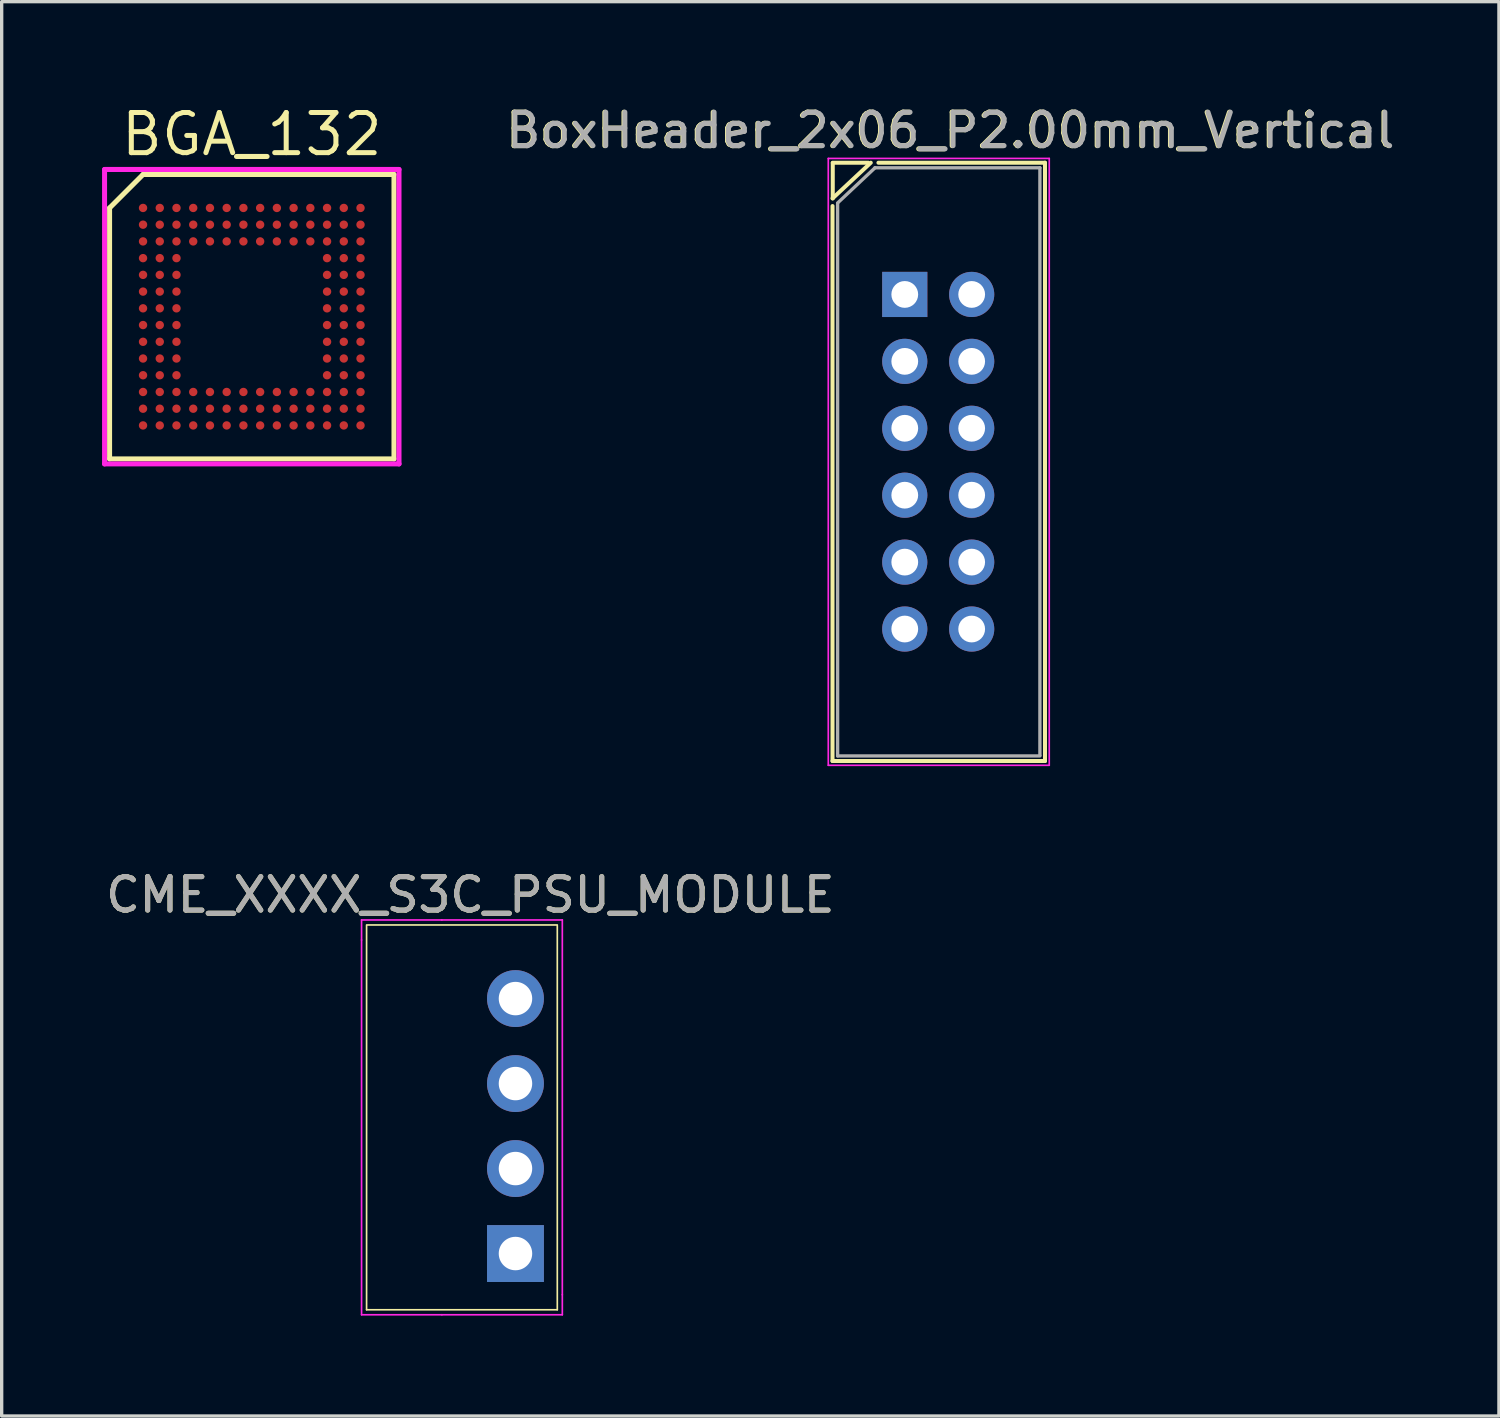
<source format=kicad_pcb>
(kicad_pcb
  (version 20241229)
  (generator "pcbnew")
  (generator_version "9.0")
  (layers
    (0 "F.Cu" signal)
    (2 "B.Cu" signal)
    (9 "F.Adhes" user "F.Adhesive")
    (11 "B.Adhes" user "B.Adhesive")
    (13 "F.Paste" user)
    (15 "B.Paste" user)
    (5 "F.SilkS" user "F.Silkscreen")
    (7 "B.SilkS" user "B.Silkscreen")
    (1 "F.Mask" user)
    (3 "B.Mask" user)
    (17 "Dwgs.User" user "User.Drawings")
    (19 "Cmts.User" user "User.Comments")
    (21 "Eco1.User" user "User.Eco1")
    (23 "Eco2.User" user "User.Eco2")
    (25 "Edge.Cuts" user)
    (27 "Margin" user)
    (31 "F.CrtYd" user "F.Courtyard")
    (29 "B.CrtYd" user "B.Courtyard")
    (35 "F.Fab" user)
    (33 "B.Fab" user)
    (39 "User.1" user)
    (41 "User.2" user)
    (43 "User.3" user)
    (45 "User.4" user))
  (footprint "BoxHeader_2x06_P2.00mm_Vertical"
    (layer "F.Cu")
    (at 23.991 5.75)
    (property "Reference" "BoxHeader_2x06_P2.00mm_Vertical" (at 1.346 -4.902 0) (layer "F.SilkS") (effects (font (size 1 1) (thickness 0.15))))
    (attr through_hole)
    (fp_line (start -2.159 -2.87) (end -1.016 -3.937) (stroke (width 0.12) (type solid)) (layer "F.SilkS"))
    (fp_line (start -2.159 -2.642) (end -2.159 13.945) (stroke (width 0.12) (type solid)) (layer "F.SilkS"))
    (fp_line (start -2.159 13.945) (end 4.191 13.945) (stroke (width 0.12) (type solid)) (layer "F.SilkS"))
    (fp_line (start -2.152 -3.937) (end -1.092 -3.937) (stroke (width 0.12) (type solid)) (layer "F.SilkS"))
    (fp_line (start -2.152 -2.87) (end -2.152 -3.93) (stroke (width 0.12) (type solid)) (layer "F.SilkS"))
    (fp_line (start -0.787 -3.937) (end 4.191 -3.937) (stroke (width 0.12) (type solid)) (layer "F.SilkS"))
    (fp_line (start 4.191 -3.937) (end 4.191 13.945) (stroke (width 0.12) (type solid)) (layer "F.SilkS"))
    (fp_line (start -2.286 -4.064) (end -2.286 14.072) (stroke (width 0.05) (type solid)) (layer "F.CrtYd"))
    (fp_line (start -2.286 14.072) (end 4.318 14.072) (stroke (width 0.05) (type solid)) (layer "F.CrtYd"))
    (fp_line (start 4.318 -4.064) (end -2.286 -4.064) (stroke (width 0.05) (type solid)) (layer "F.CrtYd"))
    (fp_line (start 4.318 14.072) (end 4.318 -4.064) (stroke (width 0.05) (type solid)) (layer "F.CrtYd"))
    (fp_line (start -2.007 -2.734) (end -0.889 -3.785) (stroke (width 0.1) (type solid)) (layer "F.Fab"))
    (fp_line (start -2.007 13.792) (end -2.007 -2.718) (stroke (width 0.1) (type solid)) (layer "F.Fab"))
    (fp_line (start -0.892 -3.785) (end 4.039 -3.785) (stroke (width 0.1) (type solid)) (layer "F.Fab"))
    (fp_line (start 4.039 -3.785) (end 4.039 13.767) (stroke (width 0.1) (type solid)) (layer "F.Fab"))
    (fp_line (start 4.039 13.792) (end -2.007 13.792) (stroke (width 0.1) (type solid)) (layer "F.Fab"))
    (fp_text user "${REFERENCE}" (at 1.372 -4.902 180) (layer "F.Fab") (effects (font (size 1 1) (thickness 0.15))))
    (pad "1" thru_hole rect (at 0 0) (size 1.35 1.35) (drill 0.8) (layers "*.Cu" "*.Mask"))
    (pad "2" thru_hole oval (at 2 0) (size 1.35 1.35) (drill 0.8) (layers "*.Cu" "*.Mask"))
    (pad "3" thru_hole oval (at 0 2) (size 1.35 1.35) (drill 0.8) (layers "*.Cu" "*.Mask"))
    (pad "4" thru_hole oval (at 2 2) (size 1.35 1.35) (drill 0.8) (layers "*.Cu" "*.Mask"))
    (pad "5" thru_hole oval (at 0 4) (size 1.35 1.35) (drill 0.8) (layers "*.Cu" "*.Mask"))
    (pad "6" thru_hole oval (at 2 4) (size 1.35 1.35) (drill 0.8) (layers "*.Cu" "*.Mask"))
    (pad "7" thru_hole oval (at 0 6) (size 1.35 1.35) (drill 0.8) (layers "*.Cu" "*.Mask"))
    (pad "8" thru_hole oval (at 2 6) (size 1.35 1.35) (drill 0.8) (layers "*.Cu" "*.Mask"))
    (pad "9" thru_hole oval (at 0 8) (size 1.35 1.35) (drill 0.8) (layers "*.Cu" "*.Mask"))
    (pad "10" thru_hole oval (at 2 8) (size 1.35 1.35) (drill 0.8) (layers "*.Cu" "*.Mask"))
    (pad "11" thru_hole oval (at 0 10) (size 1.35 1.35) (drill 0.8) (layers "*.Cu" "*.Mask"))
    (pad "12" thru_hole oval (at 2 10) (size 1.35 1.35) (drill 0.8) (layers "*.Cu" "*.Mask")))
  (footprint "BGA_132"
    (layer "F.Cu")
    (at 4.475 6.415)
    (property "Reference" "BGA_132" (at 0 -5.45 0) (layer "F.SilkS") (effects (font (size 1.2 1.2) (thickness 0.15))))
    (attr through_hole)
    (fp_line (start -4.25 -3.25) (end -4.25 4.25) (stroke (width 0.15) (type solid)) (layer "F.SilkS"))
    (fp_line (start -4.25 4.25) (end 4.25 4.25) (stroke (width 0.15) (type solid)) (layer "F.SilkS"))
    (fp_line (start -3.25 -4.25) (end -4.25 -3.25) (stroke (width 0.15) (type solid)) (layer "F.SilkS"))
    (fp_line (start 4.25 -4.25) (end -3.25 -4.25) (stroke (width 0.15) (type solid)) (layer "F.SilkS"))
    (fp_line (start 4.25 4.25) (end 4.25 -4.25) (stroke (width 0.15) (type solid)) (layer "F.SilkS"))
    (fp_line (start -4.4 -4.4) (end 4.4 -4.4) (stroke (width 0.15) (type solid)) (layer "F.CrtYd"))
    (fp_line (start -4.4 4.4) (end -4.4 -4.4) (stroke (width 0.15) (type solid)) (layer "F.CrtYd"))
    (fp_line (start 4.4 -4.4) (end 4.4 4.4) (stroke (width 0.15) (type solid)) (layer "F.CrtYd"))
    (fp_line (start 4.4 4.4) (end -4.4 4.4) (stroke (width 0.15) (type solid)) (layer "F.CrtYd"))
    (pad "A1" smd circle (at -3.25 -3.25) (size 0.25 0.25) (layers "F.Cu" "F.Mask" "F.Paste"))
    (pad "A2" smd circle (at -2.75 -3.25) (size 0.25 0.25) (layers "F.Cu" "F.Mask" "F.Paste"))
    (pad "A3" smd circle (at -2.25 -3.25) (size 0.25 0.25) (layers "F.Cu" "F.Mask" "F.Paste"))
    (pad "A4" smd circle (at -1.75 -3.25) (size 0.25 0.25) (layers "F.Cu" "F.Mask" "F.Paste"))
    (pad "A5" smd circle (at -1.25 -3.25) (size 0.25 0.25) (layers "F.Cu" "F.Mask" "F.Paste"))
    (pad "A6" smd circle (at -0.75 -3.25) (size 0.25 0.25) (layers "F.Cu" "F.Mask" "F.Paste"))
    (pad "A7" smd circle (at -0.25 -3.25) (size 0.25 0.25) (layers "F.Cu" "F.Mask" "F.Paste"))
    (pad "A8" smd circle (at 0.25 -3.25) (size 0.25 0.25) (layers "F.Cu" "F.Mask" "F.Paste"))
    (pad "A9" smd circle (at 0.75 -3.25) (size 0.25 0.25) (layers "F.Cu" "F.Mask" "F.Paste"))
    (pad "A10" smd circle (at 1.25 -3.25) (size 0.25 0.25) (layers "F.Cu" "F.Mask" "F.Paste"))
    (pad "A11" smd circle (at 1.75 -3.25) (size 0.25 0.25) (layers "F.Cu" "F.Mask" "F.Paste"))
    (pad "A12" smd circle (at 2.25 -3.25) (size 0.25 0.25) (layers "F.Cu" "F.Mask" "F.Paste"))
    (pad "A13" smd circle (at 2.75 -3.25) (size 0.25 0.25) (layers "F.Cu" "F.Mask" "F.Paste"))
    (pad "A14" smd circle (at 3.25 -3.25) (size 0.25 0.25) (layers "F.Cu" "F.Mask" "F.Paste"))
    (pad "B1" smd circle (at -3.25 -2.75) (size 0.25 0.25) (layers "F.Cu" "F.Mask" "F.Paste"))
    (pad "B2" smd circle (at -2.75 -2.75) (size 0.25 0.25) (layers "F.Cu" "F.Mask" "F.Paste"))
    (pad "B3" smd circle (at -2.25 -2.75) (size 0.25 0.25) (layers "F.Cu" "F.Mask" "F.Paste"))
    (pad "B4" smd circle (at -1.75 -2.75) (size 0.25 0.25) (layers "F.Cu" "F.Mask" "F.Paste"))
    (pad "B5" smd circle (at -1.25 -2.75) (size 0.25 0.25) (layers "F.Cu" "F.Mask" "F.Paste"))
    (pad "B6" smd circle (at -0.75 -2.75) (size 0.25 0.25) (layers "F.Cu" "F.Mask" "F.Paste"))
    (pad "B7" smd circle (at -0.25 -2.75) (size 0.25 0.25) (layers "F.Cu" "F.Mask" "F.Paste"))
    (pad "B8" smd circle (at 0.25 -2.75) (size 0.25 0.25) (layers "F.Cu" "F.Mask" "F.Paste"))
    (pad "B9" smd circle (at 0.75 -2.75) (size 0.25 0.25) (layers "F.Cu" "F.Mask" "F.Paste"))
    (pad "B10" smd circle (at 1.25 -2.75) (size 0.25 0.25) (layers "F.Cu" "F.Mask" "F.Paste"))
    (pad "B11" smd circle (at 1.75 -2.75) (size 0.25 0.25) (layers "F.Cu" "F.Mask" "F.Paste"))
    (pad "B12" smd circle (at 2.25 -2.75) (size 0.25 0.25) (layers "F.Cu" "F.Mask" "F.Paste"))
    (pad "B13" smd circle (at 2.75 -2.75) (size 0.25 0.25) (layers "F.Cu" "F.Mask" "F.Paste"))
    (pad "B14" smd circle (at 3.25 -2.75) (size 0.25 0.25) (layers "F.Cu" "F.Mask" "F.Paste"))
    (pad "C1" smd circle (at -3.25 -2.25) (size 0.25 0.25) (layers "F.Cu" "F.Mask" "F.Paste"))
    (pad "C2" smd circle (at -2.75 -2.25) (size 0.25 0.25) (layers "F.Cu" "F.Mask" "F.Paste"))
    (pad "C3" smd circle (at -2.25 -2.25) (size 0.25 0.25) (layers "F.Cu" "F.Mask" "F.Paste"))
    (pad "C4" smd circle (at -1.75 -2.25) (size 0.25 0.25) (layers "F.Cu" "F.Mask" "F.Paste"))
    (pad "C5" smd circle (at -1.25 -2.25) (size 0.25 0.25) (layers "F.Cu" "F.Mask" "F.Paste"))
    (pad "C6" smd circle (at -0.75 -2.25) (size 0.25 0.25) (layers "F.Cu" "F.Mask" "F.Paste"))
    (pad "C7" smd circle (at -0.25 -2.25) (size 0.25 0.25) (layers "F.Cu" "F.Mask" "F.Paste"))
    (pad "C8" smd circle (at 0.25 -2.25) (size 0.25 0.25) (layers "F.Cu" "F.Mask" "F.Paste"))
    (pad "C9" smd circle (at 0.75 -2.25) (size 0.25 0.25) (layers "F.Cu" "F.Mask" "F.Paste"))
    (pad "C10" smd circle (at 1.25 -2.25) (size 0.25 0.25) (layers "F.Cu" "F.Mask" "F.Paste"))
    (pad "C11" smd circle (at 1.75 -2.25) (size 0.25 0.25) (layers "F.Cu" "F.Mask" "F.Paste"))
    (pad "C12" smd circle (at 2.25 -2.25) (size 0.25 0.25) (layers "F.Cu" "F.Mask" "F.Paste"))
    (pad "C13" smd circle (at 2.75 -2.25) (size 0.25 0.25) (layers "F.Cu" "F.Mask" "F.Paste"))
    (pad "C14" smd circle (at 3.25 -2.25) (size 0.25 0.25) (layers "F.Cu" "F.Mask" "F.Paste"))
    (pad "D1" smd circle (at -3.25 -1.75) (size 0.25 0.25) (layers "F.Cu" "F.Mask" "F.Paste"))
    (pad "D2" smd circle (at -2.75 -1.75) (size 0.25 0.25) (layers "F.Cu" "F.Mask" "F.Paste"))
    (pad "D3" smd circle (at -2.25 -1.75) (size 0.25 0.25) (layers "F.Cu" "F.Mask" "F.Paste"))
    (pad "D12" smd circle (at 2.25 -1.75) (size 0.25 0.25) (layers "F.Cu" "F.Mask" "F.Paste"))
    (pad "D13" smd circle (at 2.75 -1.75) (size 0.25 0.25) (layers "F.Cu" "F.Mask" "F.Paste"))
    (pad "D14" smd circle (at 3.25 -1.75) (size 0.25 0.25) (layers "F.Cu" "F.Mask" "F.Paste"))
    (pad "E1" smd circle (at -3.25 -1.25) (size 0.25 0.25) (layers "F.Cu" "F.Mask" "F.Paste"))
    (pad "E2" smd circle (at -2.75 -1.25) (size 0.25 0.25) (layers "F.Cu" "F.Mask" "F.Paste"))
    (pad "E3" smd circle (at -2.25 -1.25) (size 0.25 0.25) (layers "F.Cu" "F.Mask" "F.Paste"))
    (pad "E12" smd circle (at 2.25 -1.25) (size 0.25 0.25) (layers "F.Cu" "F.Mask" "F.Paste"))
    (pad "E13" smd circle (at 2.75 -1.25) (size 0.25 0.25) (layers "F.Cu" "F.Mask" "F.Paste"))
    (pad "E14" smd circle (at 3.25 -1.25) (size 0.25 0.25) (layers "F.Cu" "F.Mask" "F.Paste"))
    (pad "F1" smd circle (at -3.25 -0.75) (size 0.25 0.25) (layers "F.Cu" "F.Mask" "F.Paste"))
    (pad "F2" smd circle (at -2.75 -0.75) (size 0.25 0.25) (layers "F.Cu" "F.Mask" "F.Paste"))
    (pad "F3" smd circle (at -2.25 -0.75) (size 0.25 0.25) (layers "F.Cu" "F.Mask" "F.Paste"))
    (pad "F12" smd circle (at 2.25 -0.75) (size 0.25 0.25) (layers "F.Cu" "F.Mask" "F.Paste"))
    (pad "F13" smd circle (at 2.75 -0.75) (size 0.25 0.25) (layers "F.Cu" "F.Mask" "F.Paste"))
    (pad "F14" smd circle (at 3.25 -0.75) (size 0.25 0.25) (layers "F.Cu" "F.Mask" "F.Paste"))
    (pad "G1" smd circle (at -3.25 -0.25) (size 0.25 0.25) (layers "F.Cu" "F.Mask" "F.Paste"))
    (pad "G2" smd circle (at -2.75 -0.25) (size 0.25 0.25) (layers "F.Cu" "F.Mask" "F.Paste"))
    (pad "G3" smd circle (at -2.25 -0.25) (size 0.25 0.25) (layers "F.Cu" "F.Mask" "F.Paste"))
    (pad "G12" smd circle (at 2.25 -0.25) (size 0.25 0.25) (layers "F.Cu" "F.Mask" "F.Paste"))
    (pad "G13" smd circle (at 2.75 -0.25) (size 0.25 0.25) (layers "F.Cu" "F.Mask" "F.Paste"))
    (pad "G14" smd circle (at 3.25 -0.25) (size 0.25 0.25) (layers "F.Cu" "F.Mask" "F.Paste"))
    (pad "H1" smd circle (at -3.25 0.25) (size 0.25 0.25) (layers "F.Cu" "F.Mask" "F.Paste"))
    (pad "H2" smd circle (at -2.75 0.25) (size 0.25 0.25) (layers "F.Cu" "F.Mask" "F.Paste"))
    (pad "H3" smd circle (at -2.25 0.25) (size 0.25 0.25) (layers "F.Cu" "F.Mask" "F.Paste"))
    (pad "H12" smd circle (at 2.25 0.25) (size 0.25 0.25) (layers "F.Cu" "F.Mask" "F.Paste"))
    (pad "H13" smd circle (at 2.75 0.25) (size 0.25 0.25) (layers "F.Cu" "F.Mask" "F.Paste"))
    (pad "H14" smd circle (at 3.25 0.25) (size 0.25 0.25) (layers "F.Cu" "F.Mask" "F.Paste"))
    (pad "J1" smd circle (at -3.25 0.75) (size 0.25 0.25) (layers "F.Cu" "F.Mask" "F.Paste"))
    (pad "J2" smd circle (at -2.75 0.75) (size 0.25 0.25) (layers "F.Cu" "F.Mask" "F.Paste"))
    (pad "J3" smd circle (at -2.25 0.75) (size 0.25 0.25) (layers "F.Cu" "F.Mask" "F.Paste"))
    (pad "J12" smd circle (at 2.25 0.75) (size 0.25 0.25) (layers "F.Cu" "F.Mask" "F.Paste"))
    (pad "J13" smd circle (at 2.75 0.75) (size 0.25 0.25) (layers "F.Cu" "F.Mask" "F.Paste"))
    (pad "J14" smd circle (at 3.25 0.75) (size 0.25 0.25) (layers "F.Cu" "F.Mask" "F.Paste"))
    (pad "K1" smd circle (at -3.25 1.25) (size 0.25 0.25) (layers "F.Cu" "F.Mask" "F.Paste"))
    (pad "K2" smd circle (at -2.75 1.25) (size 0.25 0.25) (layers "F.Cu" "F.Mask" "F.Paste"))
    (pad "K3" smd circle (at -2.25 1.25) (size 0.25 0.25) (layers "F.Cu" "F.Mask" "F.Paste"))
    (pad "K12" smd circle (at 2.25 1.25) (size 0.25 0.25) (layers "F.Cu" "F.Mask" "F.Paste"))
    (pad "K13" smd circle (at 2.75 1.25) (size 0.25 0.25) (layers "F.Cu" "F.Mask" "F.Paste"))
    (pad "K14" smd circle (at 3.25 1.25) (size 0.25 0.25) (layers "F.Cu" "F.Mask" "F.Paste"))
    (pad "L1" smd circle (at -3.25 1.75) (size 0.25 0.25) (layers "F.Cu" "F.Mask" "F.Paste"))
    (pad "L2" smd circle (at -2.75 1.75) (size 0.25 0.25) (layers "F.Cu" "F.Mask" "F.Paste"))
    (pad "L3" smd circle (at -2.25 1.75) (size 0.25 0.25) (layers "F.Cu" "F.Mask" "F.Paste"))
    (pad "L12" smd circle (at 2.25 1.75) (size 0.25 0.25) (layers "F.Cu" "F.Mask" "F.Paste"))
    (pad "L13" smd circle (at 2.75 1.75) (size 0.25 0.25) (layers "F.Cu" "F.Mask" "F.Paste"))
    (pad "L14" smd circle (at 3.25 1.75) (size 0.25 0.25) (layers "F.Cu" "F.Mask" "F.Paste"))
    (pad "M1" smd circle (at -3.25 2.25) (size 0.25 0.25) (layers "F.Cu" "F.Mask" "F.Paste"))
    (pad "M2" smd circle (at -2.75 2.25) (size 0.25 0.25) (layers "F.Cu" "F.Mask" "F.Paste"))
    (pad "M3" smd circle (at -2.25 2.25) (size 0.25 0.25) (layers "F.Cu" "F.Mask" "F.Paste"))
    (pad "M4" smd circle (at -1.75 2.25) (size 0.25 0.25) (layers "F.Cu" "F.Mask" "F.Paste"))
    (pad "M5" smd circle (at -1.25 2.25) (size 0.25 0.25) (layers "F.Cu" "F.Mask" "F.Paste"))
    (pad "M6" smd circle (at -0.75 2.25) (size 0.25 0.25) (layers "F.Cu" "F.Mask" "F.Paste"))
    (pad "M7" smd circle (at -0.25 2.25) (size 0.25 0.25) (layers "F.Cu" "F.Mask" "F.Paste"))
    (pad "M8" smd circle (at 0.25 2.25) (size 0.25 0.25) (layers "F.Cu" "F.Mask" "F.Paste"))
    (pad "M9" smd circle (at 0.75 2.25) (size 0.25 0.25) (layers "F.Cu" "F.Mask" "F.Paste"))
    (pad "M10" smd circle (at 1.25 2.25) (size 0.25 0.25) (layers "F.Cu" "F.Mask" "F.Paste"))
    (pad "M11" smd circle (at 1.75 2.25) (size 0.25 0.25) (layers "F.Cu" "F.Mask" "F.Paste"))
    (pad "M12" smd circle (at 2.25 2.25) (size 0.25 0.25) (layers "F.Cu" "F.Mask" "F.Paste"))
    (pad "M13" smd circle (at 2.75 2.25) (size 0.25 0.25) (layers "F.Cu" "F.Mask" "F.Paste"))
    (pad "M14" smd circle (at 3.25 2.25) (size 0.25 0.25) (layers "F.Cu" "F.Mask" "F.Paste"))
    (pad "N1" smd circle (at -3.25 2.75) (size 0.25 0.25) (layers "F.Cu" "F.Mask" "F.Paste"))
    (pad "N2" smd circle (at -2.75 2.75) (size 0.25 0.25) (layers "F.Cu" "F.Mask" "F.Paste"))
    (pad "N3" smd circle (at -2.25 2.75) (size 0.25 0.25) (layers "F.Cu" "F.Mask" "F.Paste"))
    (pad "N4" smd circle (at -1.75 2.75) (size 0.25 0.25) (layers "F.Cu" "F.Mask" "F.Paste"))
    (pad "N5" smd circle (at -1.25 2.75) (size 0.25 0.25) (layers "F.Cu" "F.Mask" "F.Paste"))
    (pad "N6" smd circle (at -0.75 2.75) (size 0.25 0.25) (layers "F.Cu" "F.Mask" "F.Paste"))
    (pad "N7" smd circle (at -0.25 2.75) (size 0.25 0.25) (layers "F.Cu" "F.Mask" "F.Paste"))
    (pad "N8" smd circle (at 0.25 2.75) (size 0.25 0.25) (layers "F.Cu" "F.Mask" "F.Paste"))
    (pad "N9" smd circle (at 0.75 2.75) (size 0.25 0.25) (layers "F.Cu" "F.Mask" "F.Paste"))
    (pad "N10" smd circle (at 1.25 2.75) (size 0.25 0.25) (layers "F.Cu" "F.Mask" "F.Paste"))
    (pad "N11" smd circle (at 1.75 2.75) (size 0.25 0.25) (layers "F.Cu" "F.Mask" "F.Paste"))
    (pad "N12" smd circle (at 2.25 2.75) (size 0.25 0.25) (layers "F.Cu" "F.Mask" "F.Paste"))
    (pad "N13" smd circle (at 2.75 2.75) (size 0.25 0.25) (layers "F.Cu" "F.Mask" "F.Paste"))
    (pad "N14" smd circle (at 3.25 2.75) (size 0.25 0.25) (layers "F.Cu" "F.Mask" "F.Paste"))
    (pad "P1" smd circle (at -3.25 3.25) (size 0.25 0.25) (layers "F.Cu" "F.Mask" "F.Paste"))
    (pad "P2" smd circle (at -2.75 3.25) (size 0.25 0.25) (layers "F.Cu" "F.Mask" "F.Paste"))
    (pad "P3" smd circle (at -2.25 3.25) (size 0.25 0.25) (layers "F.Cu" "F.Mask" "F.Paste"))
    (pad "P4" smd circle (at -1.75 3.25) (size 0.25 0.25) (layers "F.Cu" "F.Mask" "F.Paste"))
    (pad "P5" smd circle (at -1.25 3.25) (size 0.25 0.25) (layers "F.Cu" "F.Mask" "F.Paste"))
    (pad "P6" smd circle (at -0.75 3.25) (size 0.25 0.25) (layers "F.Cu" "F.Mask" "F.Paste"))
    (pad "P7" smd circle (at -0.25 3.25) (size 0.25 0.25) (layers "F.Cu" "F.Mask" "F.Paste"))
    (pad "P8" smd circle (at 0.25 3.25) (size 0.25 0.25) (layers "F.Cu" "F.Mask" "F.Paste"))
    (pad "P9" smd circle (at 0.75 3.25) (size 0.25 0.25) (layers "F.Cu" "F.Mask" "F.Paste"))
    (pad "P10" smd circle (at 1.25 3.25) (size 0.25 0.25) (layers "F.Cu" "F.Mask" "F.Paste"))
    (pad "P11" smd circle (at 1.75 3.25) (size 0.25 0.25) (layers "F.Cu" "F.Mask" "F.Paste"))
    (pad "P12" smd circle (at 2.25 3.25) (size 0.25 0.25) (layers "F.Cu" "F.Mask" "F.Paste"))
    (pad "P13" smd circle (at 2.75 3.25) (size 0.25 0.25) (layers "F.Cu" "F.Mask" "F.Paste"))
    (pad "P14" smd circle (at 3.25 3.25) (size 0.25 0.25) (layers "F.Cu" "F.Mask" "F.Paste")))
  (footprint "CME_XXXX_S3C_PSU_MODULE"
    (layer "F.Cu")
    (at 12.356 26.795)
    (property "Reference" "CME_XXXX_S3C_PSU_MODULE" (at -1.35 -3.1 0) (layer "F.SilkS") (effects (font (size 1 1) (thickness 0.15))))
    (attr through_hole)
    (fp_line (start -4.45 -2.18) (end -4.45 9.3) (stroke (width 0.05) (type solid)) (layer "F.SilkS"))
    (fp_line (start -4.45 9.3) (end 1.25 9.3) (stroke (width 0.05) (type solid)) (layer "F.SilkS"))
    (fp_line (start 1.25 -2.2) (end -4.45 -2.2) (stroke (width 0.05) (type solid)) (layer "F.SilkS"))
    (fp_line (start 1.25 -2.18) (end 1.25 9.3) (stroke (width 0.05) (type solid)) (layer "F.SilkS"))
    (fp_line (start -4.6 -1.75) (end -4.6 -2.35) (stroke (width 0.05) (type solid)) (layer "F.CrtYd"))
    (fp_line (start -4.6 -1.75) (end -4.6 9.45) (stroke (width 0.05) (type solid)) (layer "F.CrtYd"))
    (fp_line (start -2.2 -2.35) (end -4.6 -2.35) (stroke (width 0.05) (type solid)) (layer "F.CrtYd"))
    (fp_line (start -2.2 9.45) (end -4.6 9.45) (stroke (width 0.05) (type solid)) (layer "F.CrtYd"))
    (fp_line (start -2.2 9.45) (end 1.4 9.45) (stroke (width 0.05) (type solid)) (layer "F.CrtYd"))
    (fp_line (start 1.4 -2.35) (end -2.2 -2.35) (stroke (width 0.05) (type solid)) (layer "F.CrtYd"))
    (fp_line (start 1.4 8.85) (end 1.4 -2.35) (stroke (width 0.05) (type solid)) (layer "F.CrtYd"))
    (fp_line (start 1.4 8.85) (end 1.4 9.45) (stroke (width 0.05) (type solid)) (layer "F.CrtYd"))
    (fp_text user "${REFERENCE}" (at -1.35 -3.1 0) (layer "F.Fab") (effects (font (size 1 1) (thickness 0.15))))
    (pad "1" thru_hole rect (at 0 7.62) (size 1.7 1.7) (drill 1) (layers "*.Cu" "*.Mask"))
    (pad "2" thru_hole oval (at 0 5.08) (size 1.7 1.7) (drill 1) (layers "*.Cu" "*.Mask"))
    (pad "3" thru_hole oval (at 0 2.54) (size 1.7 1.7) (drill 1) (layers "*.Cu" "*.Mask"))
    (pad "4" thru_hole circle (at 0 0) (size 1.7 1.7) (drill 1) (layers "*.Cu" "*.Mask")))
  (gr_rect
    (start -3 -3)
    (end 41.749 39.27)
    (stroke (width 0.1) (type default))
    (fill no)
    (layer "Edge.Cuts")))
</source>
